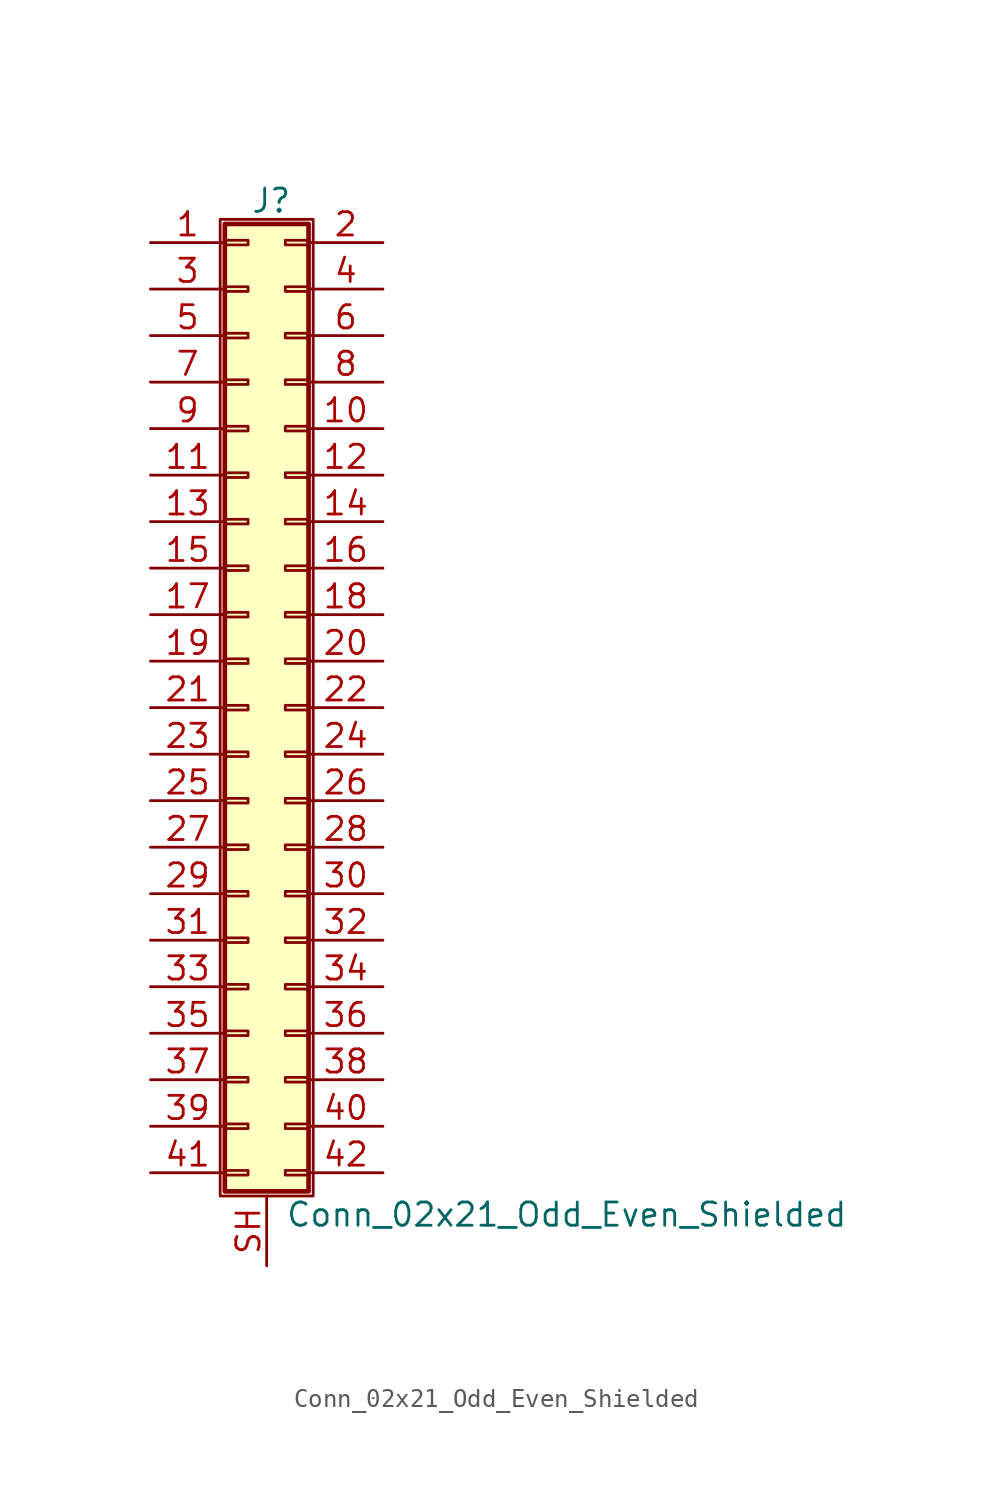
<source format=kicad_sym>
(kicad_symbol_lib
  (version 20201005)
  (generator kicad_symbol_editor)
  (symbol "Conn_02x21_Odd_Even_Shielded"
    (pin_names
      (offset 1.016) hide)
    (property "Reference" "J"
      (at 1.524 27.686 0)
      (effects (font (size 1.27 1.27))))
    (property "Value" "Conn_02x21_Odd_Even_Shielded"
      (at 2.286 -27.686 0)
      (effects (font (size 1.27 1.27)) (justify left)))
    (symbol "Conn_02x21_Odd_Even_Shielded_1_1"
      (rectangle (start -1.27 26.67) (end 3.81 -26.67) (stroke (width 0.152)) (fill (type none)))
      (rectangle (start -1.016 -25.273) (end 0.254 -25.527) (stroke (width 0.152)) (fill (type none)))
      (rectangle (start -1.016 -22.733) (end 0.254 -22.987) (stroke (width 0.152)) (fill (type none)))
      (rectangle (start -1.016 -20.193) (end 0.254 -20.447) (stroke (width 0.152)) (fill (type none)))
      (rectangle (start -1.016 -17.653) (end 0.254 -17.907) (stroke (width 0.152)) (fill (type none)))
      (rectangle (start -1.016 -15.113) (end 0.254 -15.367) (stroke (width 0.152)) (fill (type none)))
      (rectangle (start -1.016 -12.573) (end 0.254 -12.827) (stroke (width 0.152)) (fill (type none)))
      (rectangle (start -1.016 -10.033) (end 0.254 -10.287) (stroke (width 0.152)) (fill (type none)))
      (rectangle (start -1.016 -7.493) (end 0.254 -7.747) (stroke (width 0.152)) (fill (type none)))
      (rectangle (start -1.016 -4.953) (end 0.254 -5.207) (stroke (width 0.152)) (fill (type none)))
      (rectangle (start -1.016 -2.413) (end 0.254 -2.667) (stroke (width 0.152)) (fill (type none)))
      (rectangle (start -1.016 0.127) (end 0.254 -0.127) (stroke (width 0.152)) (fill (type none)))
      (rectangle (start -1.016 2.667) (end 0.254 2.413) (stroke (width 0.152)) (fill (type none)))
      (rectangle (start -1.016 5.207) (end 0.254 4.953) (stroke (width 0.152)) (fill (type none)))
      (rectangle (start -1.016 7.747) (end 0.254 7.493) (stroke (width 0.152)) (fill (type none)))
      (rectangle (start -1.016 10.287) (end 0.254 10.033) (stroke (width 0.152)) (fill (type none)))
      (rectangle (start -1.016 12.827) (end 0.254 12.573) (stroke (width 0.152)) (fill (type none)))
      (rectangle (start -1.016 15.367) (end 0.254 15.113) (stroke (width 0.152)) (fill (type none)))
      (rectangle (start -1.016 17.907) (end 0.254 17.653) (stroke (width 0.152)) (fill (type none)))
      (rectangle (start -1.016 20.447) (end 0.254 20.193) (stroke (width 0.152)) (fill (type none)))
      (rectangle (start -1.016 22.987) (end 0.254 22.733) (stroke (width 0.152)) (fill (type none)))
      (rectangle (start -1.016 25.527) (end 0.254 25.273) (stroke (width 0.152)) (fill (type none)))
      (rectangle (start -1.016 26.416) (end 3.556 -26.416) (stroke (width 0.254)) (fill (type background)))
      (rectangle (start 3.556 -25.273) (end 2.286 -25.527) (stroke (width 0.152)) (fill (type none)))
      (rectangle (start 3.556 -22.733) (end 2.286 -22.987) (stroke (width 0.152)) (fill (type none)))
      (rectangle (start 3.556 -20.193) (end 2.286 -20.447) (stroke (width 0.152)) (fill (type none)))
      (rectangle (start 3.556 -17.653) (end 2.286 -17.907) (stroke (width 0.152)) (fill (type none)))
      (rectangle (start 3.556 -15.113) (end 2.286 -15.367) (stroke (width 0.152)) (fill (type none)))
      (rectangle (start 3.556 -12.573) (end 2.286 -12.827) (stroke (width 0.152)) (fill (type none)))
      (rectangle (start 3.556 -10.033) (end 2.286 -10.287) (stroke (width 0.152)) (fill (type none)))
      (rectangle (start 3.556 -7.493) (end 2.286 -7.747) (stroke (width 0.152)) (fill (type none)))
      (rectangle (start 3.556 -4.953) (end 2.286 -5.207) (stroke (width 0.152)) (fill (type none)))
      (rectangle (start 3.556 -2.413) (end 2.286 -2.667) (stroke (width 0.152)) (fill (type none)))
      (rectangle (start 3.556 0.127) (end 2.286 -0.127) (stroke (width 0.152)) (fill (type none)))
      (rectangle (start 3.556 2.667) (end 2.286 2.413) (stroke (width 0.152)) (fill (type none)))
      (rectangle (start 3.556 5.207) (end 2.286 4.953) (stroke (width 0.152)) (fill (type none)))
      (rectangle (start 3.556 7.747) (end 2.286 7.493) (stroke (width 0.152)) (fill (type none)))
      (rectangle (start 3.556 10.287) (end 2.286 10.033) (stroke (width 0.152)) (fill (type none)))
      (rectangle (start 3.556 12.827) (end 2.286 12.573) (stroke (width 0.152)) (fill (type none)))
      (rectangle (start 3.556 15.367) (end 2.286 15.113) (stroke (width 0.152)) (fill (type none)))
      (rectangle (start 3.556 17.907) (end 2.286 17.653) (stroke (width 0.152)) (fill (type none)))
      (rectangle (start 3.556 20.447) (end 2.286 20.193) (stroke (width 0.152)) (fill (type none)))
      (rectangle (start 3.556 22.987) (end 2.286 22.733) (stroke (width 0.152)) (fill (type none)))
      (rectangle (start 3.556 25.527) (end 2.286 25.273) (stroke (width 0.152)) (fill (type none)))
      (pin passive line (at -5.08 25.4 0) (length 4.064) (name "Pin_1" (effects (font (size 1.27 1.27)))) (number "1" (effects (font (size 1.27 1.27)))))
      (pin passive line (at 7.62 15.24 180) (length 4.064) (name "Pin_10" (effects (font (size 1.27 1.27)))) (number "10" (effects (font (size 1.27 1.27)))))
      (pin passive line (at -5.08 12.7 0) (length 4.064) (name "Pin_11" (effects (font (size 1.27 1.27)))) (number "11" (effects (font (size 1.27 1.27)))))
      (pin passive line (at 7.62 12.7 180) (length 4.064) (name "Pin_12" (effects (font (size 1.27 1.27)))) (number "12" (effects (font (size 1.27 1.27)))))
      (pin passive line (at -5.08 10.16 0) (length 4.064) (name "Pin_13" (effects (font (size 1.27 1.27)))) (number "13" (effects (font (size 1.27 1.27)))))
      (pin passive line (at 7.62 10.16 180) (length 4.064) (name "Pin_14" (effects (font (size 1.27 1.27)))) (number "14" (effects (font (size 1.27 1.27)))))
      (pin passive line (at -5.08 7.62 0) (length 4.064) (name "Pin_15" (effects (font (size 1.27 1.27)))) (number "15" (effects (font (size 1.27 1.27)))))
      (pin passive line (at 7.62 7.62 180) (length 4.064) (name "Pin_16" (effects (font (size 1.27 1.27)))) (number "16" (effects (font (size 1.27 1.27)))))
      (pin passive line (at -5.08 5.08 0) (length 4.064) (name "Pin_17" (effects (font (size 1.27 1.27)))) (number "17" (effects (font (size 1.27 1.27)))))
      (pin passive line (at 7.62 5.08 180) (length 4.064) (name "Pin_18" (effects (font (size 1.27 1.27)))) (number "18" (effects (font (size 1.27 1.27)))))
      (pin passive line (at -5.08 2.54 0) (length 4.064) (name "Pin_19" (effects (font (size 1.27 1.27)))) (number "19" (effects (font (size 1.27 1.27)))))
      (pin passive line (at 7.62 25.4 180) (length 4.064) (name "Pin_2" (effects (font (size 1.27 1.27)))) (number "2" (effects (font (size 1.27 1.27)))))
      (pin passive line (at 7.62 2.54 180) (length 4.064) (name "Pin_20" (effects (font (size 1.27 1.27)))) (number "20" (effects (font (size 1.27 1.27)))))
      (pin passive line (at -5.08 0 0) (length 4.064) (name "Pin_21" (effects (font (size 1.27 1.27)))) (number "21" (effects (font (size 1.27 1.27)))))
      (pin passive line (at 7.62 0 180) (length 4.064) (name "Pin_22" (effects (font (size 1.27 1.27)))) (number "22" (effects (font (size 1.27 1.27)))))
      (pin passive line (at -5.08 -2.54 0) (length 4.064) (name "Pin_23" (effects (font (size 1.27 1.27)))) (number "23" (effects (font (size 1.27 1.27)))))
      (pin passive line (at 7.62 -2.54 180) (length 4.064) (name "Pin_24" (effects (font (size 1.27 1.27)))) (number "24" (effects (font (size 1.27 1.27)))))
      (pin passive line (at -5.08 -5.08 0) (length 4.064) (name "Pin_25" (effects (font (size 1.27 1.27)))) (number "25" (effects (font (size 1.27 1.27)))))
      (pin passive line (at 7.62 -5.08 180) (length 4.064) (name "Pin_26" (effects (font (size 1.27 1.27)))) (number "26" (effects (font (size 1.27 1.27)))))
      (pin passive line (at -5.08 -7.62 0) (length 4.064) (name "Pin_27" (effects (font (size 1.27 1.27)))) (number "27" (effects (font (size 1.27 1.27)))))
      (pin passive line (at 7.62 -7.62 180) (length 4.064) (name "Pin_28" (effects (font (size 1.27 1.27)))) (number "28" (effects (font (size 1.27 1.27)))))
      (pin passive line (at -5.08 -10.16 0) (length 4.064) (name "Pin_29" (effects (font (size 1.27 1.27)))) (number "29" (effects (font (size 1.27 1.27)))))
      (pin passive line (at -5.08 22.86 0) (length 4.064) (name "Pin_3" (effects (font (size 1.27 1.27)))) (number "3" (effects (font (size 1.27 1.27)))))
      (pin passive line (at 7.62 -10.16 180) (length 4.064) (name "Pin_30" (effects (font (size 1.27 1.27)))) (number "30" (effects (font (size 1.27 1.27)))))
      (pin passive line (at -5.08 -12.7 0) (length 4.064) (name "Pin_31" (effects (font (size 1.27 1.27)))) (number "31" (effects (font (size 1.27 1.27)))))
      (pin passive line (at 7.62 -12.7 180) (length 4.064) (name "Pin_32" (effects (font (size 1.27 1.27)))) (number "32" (effects (font (size 1.27 1.27)))))
      (pin passive line (at -5.08 -15.24 0) (length 4.064) (name "Pin_33" (effects (font (size 1.27 1.27)))) (number "33" (effects (font (size 1.27 1.27)))))
      (pin passive line (at 7.62 -15.24 180) (length 4.064) (name "Pin_34" (effects (font (size 1.27 1.27)))) (number "34" (effects (font (size 1.27 1.27)))))
      (pin passive line (at -5.08 -17.78 0) (length 4.064) (name "Pin_35" (effects (font (size 1.27 1.27)))) (number "35" (effects (font (size 1.27 1.27)))))
      (pin passive line (at 7.62 -17.78 180) (length 4.064) (name "Pin_36" (effects (font (size 1.27 1.27)))) (number "36" (effects (font (size 1.27 1.27)))))
      (pin passive line (at -5.08 -20.32 0) (length 4.064) (name "Pin_37" (effects (font (size 1.27 1.27)))) (number "37" (effects (font (size 1.27 1.27)))))
      (pin passive line (at 7.62 -20.32 180) (length 4.064) (name "Pin_38" (effects (font (size 1.27 1.27)))) (number "38" (effects (font (size 1.27 1.27)))))
      (pin passive line (at -5.08 -22.86 0) (length 4.064) (name "Pin_39" (effects (font (size 1.27 1.27)))) (number "39" (effects (font (size 1.27 1.27)))))
      (pin passive line (at 7.62 22.86 180) (length 4.064) (name "Pin_4" (effects (font (size 1.27 1.27)))) (number "4" (effects (font (size 1.27 1.27)))))
      (pin passive line (at 7.62 -22.86 180) (length 4.064) (name "Pin_40" (effects (font (size 1.27 1.27)))) (number "40" (effects (font (size 1.27 1.27)))))
      (pin passive line (at -5.08 -25.4 0) (length 4.064) (name "Pin_41" (effects (font (size 1.27 1.27)))) (number "41" (effects (font (size 1.27 1.27)))))
      (pin passive line (at 7.62 -25.4 180) (length 4.064) (name "Pin_42" (effects (font (size 1.27 1.27)))) (number "42" (effects (font (size 1.27 1.27)))))
      (pin passive line (at -5.08 20.32 0) (length 4.064) (name "Pin_5" (effects (font (size 1.27 1.27)))) (number "5" (effects (font (size 1.27 1.27)))))
      (pin passive line (at 7.62 20.32 180) (length 4.064) (name "Pin_6" (effects (font (size 1.27 1.27)))) (number "6" (effects (font (size 1.27 1.27)))))
      (pin passive line (at -5.08 17.78 0) (length 4.064) (name "Pin_7" (effects (font (size 1.27 1.27)))) (number "7" (effects (font (size 1.27 1.27)))))
      (pin passive line (at 7.62 17.78 180) (length 4.064) (name "Pin_8" (effects (font (size 1.27 1.27)))) (number "8" (effects (font (size 1.27 1.27)))))
      (pin passive line (at -5.08 15.24 0) (length 4.064) (name "Pin_9" (effects (font (size 1.27 1.27)))) (number "9" (effects (font (size 1.27 1.27)))))
      (pin passive line (at 1.27 -30.48 90) (length 3.81) (name "Shield" (effects (font (size 1.27 1.27)))) (number "SH" (effects (font (size 1.27 1.27))))))))
</source>
